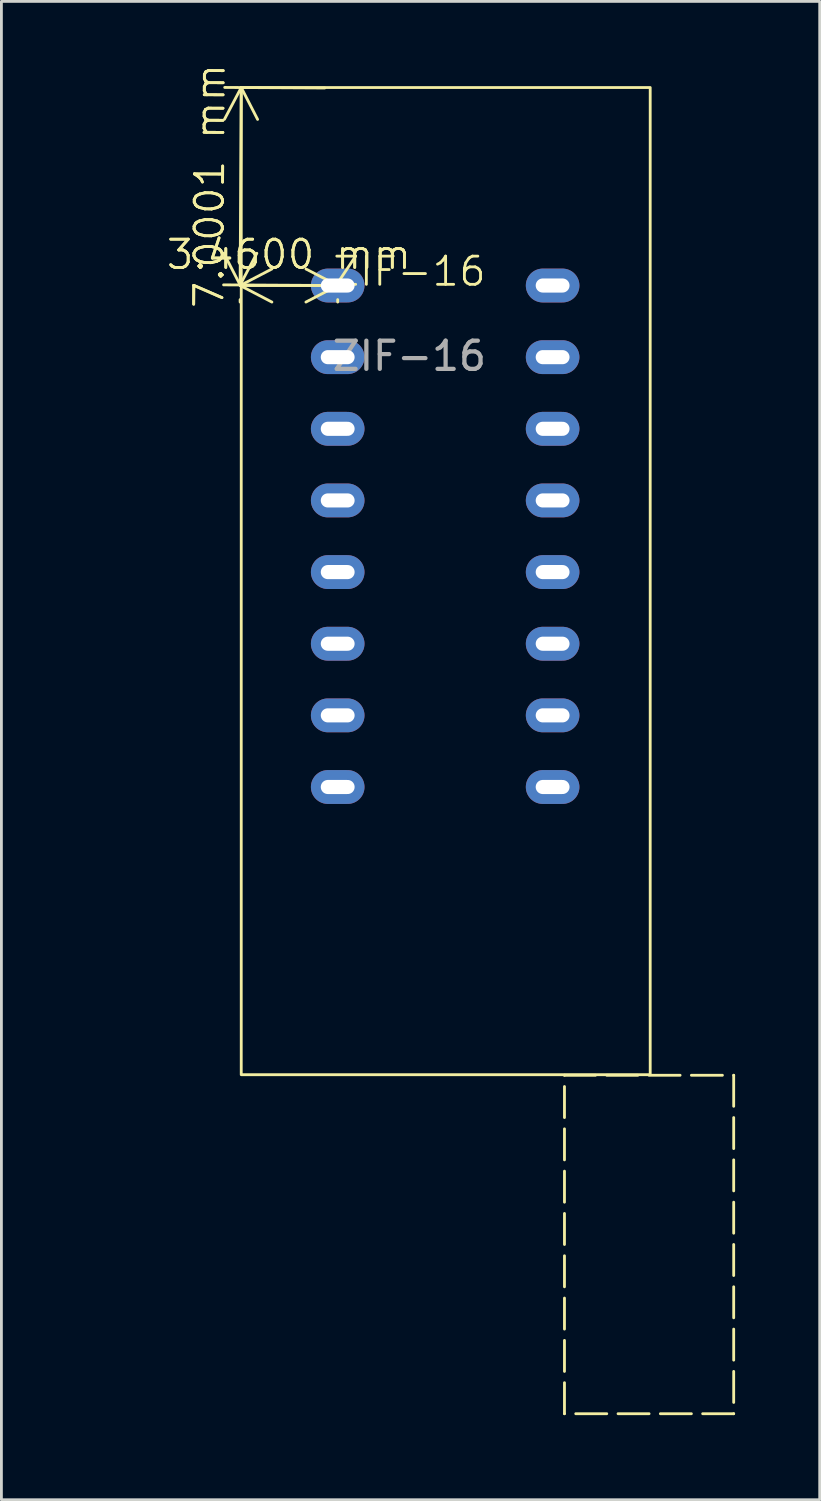
<source format=kicad_pcb>
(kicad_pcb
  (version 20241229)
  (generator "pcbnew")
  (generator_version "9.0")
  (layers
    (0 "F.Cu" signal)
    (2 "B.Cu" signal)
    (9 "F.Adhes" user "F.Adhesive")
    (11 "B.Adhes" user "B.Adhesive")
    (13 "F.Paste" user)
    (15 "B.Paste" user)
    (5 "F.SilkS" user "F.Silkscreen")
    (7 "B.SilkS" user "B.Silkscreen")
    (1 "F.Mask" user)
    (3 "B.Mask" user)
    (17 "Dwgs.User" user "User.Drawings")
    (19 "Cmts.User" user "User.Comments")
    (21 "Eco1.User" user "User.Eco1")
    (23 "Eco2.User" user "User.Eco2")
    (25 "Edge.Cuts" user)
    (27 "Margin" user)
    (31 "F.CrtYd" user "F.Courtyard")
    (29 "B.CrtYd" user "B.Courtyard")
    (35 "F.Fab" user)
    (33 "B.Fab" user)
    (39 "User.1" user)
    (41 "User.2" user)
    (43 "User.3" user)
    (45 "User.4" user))
  (footprint "ZIF-16"
    (layer "F.Cu")
    (at 11.463 7.073)
    (property "Reference" "ZIF-16" (at 0 -0.5 0) (unlocked yes) (layer "F.SilkS") (effects (font (size 1 1) (thickness 0.1))))
    (attr through_hole)
    (fp_rect (start -5.96 -7.02) (end 8.54 27.98) (stroke (width 0.1) (type default)) (fill no) (layer "F.SilkS"))
    (fp_rect (start 5.5 28) (end 11.5 40) (stroke (width 0.1) (type dash)) (fill no) (layer "F.SilkS"))
    (fp_text user "${REFERENCE}" (at 0 2.5 0) (unlocked yes) (layer "F.Fab") (effects (font (size 1 1) (thickness 0.15))))
    (dimension (type aligned) (layer "F.SilkS") (pts (xy 8.923 7.073) (xy 8.963 0.073)) (height -3.46) (format (prefix "") (suffix "") (units 3) (units_format 1) (precision 4)) (style (thickness 0.1) (arrow_length 1.27) (text_position_mode 0) (arrow_direction outward) (extension_height 0.586) (extension_offset 0.5) (keep_text_aligned yes)) (gr_text "7.0001 mm" (at 4.383 3.547 89.673) (layer "F.SilkS") (effects (font (size 1 1) (thickness 0.1)))))
    (dimension (type aligned) (layer "F.SilkS") (pts (xy 8.923 7.073) (xy 5.463 7.073)) (height 0) (format (prefix "") (suffix "") (units 3) (units_format 1) (precision 4)) (style (thickness 0.1) (arrow_length 1.27) (text_position_mode 0) (arrow_direction outward) (extension_height 0.586) (extension_offset 0.5) (keep_text_aligned yes)) (gr_text "3.4600 mm" (at 7.193 5.973 0) (layer "F.SilkS") (effects (font (size 1 1) (thickness 0.1)))))
    (pad "1" thru_hole oval (at -2.54 0) (size 1.9 1.2) (drill oval 1.2 0.5) (layers "*.Cu" "*.Mask"))
    (pad "2" thru_hole oval (at 5.08 0) (size 1.9 1.2) (drill oval 1.2 0.5) (layers "*.Cu" "*.Mask"))
    (pad "3" thru_hole oval (at -2.54 2.54) (size 1.9 1.2) (drill oval 1.2 0.5) (layers "*.Cu" "*.Mask"))
    (pad "4" thru_hole oval (at 5.08 2.54) (size 1.9 1.2) (drill oval 1.2 0.5) (layers "*.Cu" "*.Mask"))
    (pad "5" thru_hole oval (at -2.54 5.08) (size 1.9 1.2) (drill oval 1.2 0.5) (layers "*.Cu" "*.Mask"))
    (pad "6" thru_hole oval (at 5.08 5.08) (size 1.9 1.2) (drill oval 1.2 0.5) (layers "*.Cu" "*.Mask"))
    (pad "7" thru_hole oval (at -2.54 7.62) (size 1.9 1.2) (drill oval 1.2 0.5) (layers "*.Cu" "*.Mask"))
    (pad "8" thru_hole oval (at 5.08 7.62) (size 1.9 1.2) (drill oval 1.2 0.5) (layers "*.Cu" "*.Mask"))
    (pad "9" thru_hole oval (at -2.54 10.16) (size 1.9 1.2) (drill oval 1.2 0.5) (layers "*.Cu" "*.Mask"))
    (pad "10" thru_hole oval (at 5.08 10.16) (size 1.9 1.2) (drill oval 1.2 0.5) (layers "*.Cu" "*.Mask"))
    (pad "11" thru_hole oval (at -2.54 12.7) (size 1.9 1.2) (drill oval 1.2 0.5) (layers "*.Cu" "*.Mask"))
    (pad "12" thru_hole oval (at 5.08 12.7) (size 1.9 1.2) (drill oval 1.2 0.5) (layers "*.Cu" "*.Mask"))
    (pad "13" thru_hole oval (at -2.54 15.24) (size 1.9 1.2) (drill oval 1.2 0.5) (layers "*.Cu" "*.Mask"))
    (pad "14" thru_hole oval (at 5.08 15.24) (size 1.9 1.2) (drill oval 1.2 0.5) (layers "*.Cu" "*.Mask"))
    (pad "15" thru_hole oval (at -2.54 17.78) (size 1.9 1.2) (drill oval 1.2 0.5) (layers "*.Cu" "*.Mask"))
    (pad "16" thru_hole oval (at 5.08 17.78) (size 1.9 1.2) (drill oval 1.2 0.5) (layers "*.Cu" "*.Mask")))
  (gr_rect
    (start -3 -3)
    (end 26.013 50.123)
    (stroke (width 0.1) (type default))
    (fill no)
    (layer "Edge.Cuts")))
</source>
